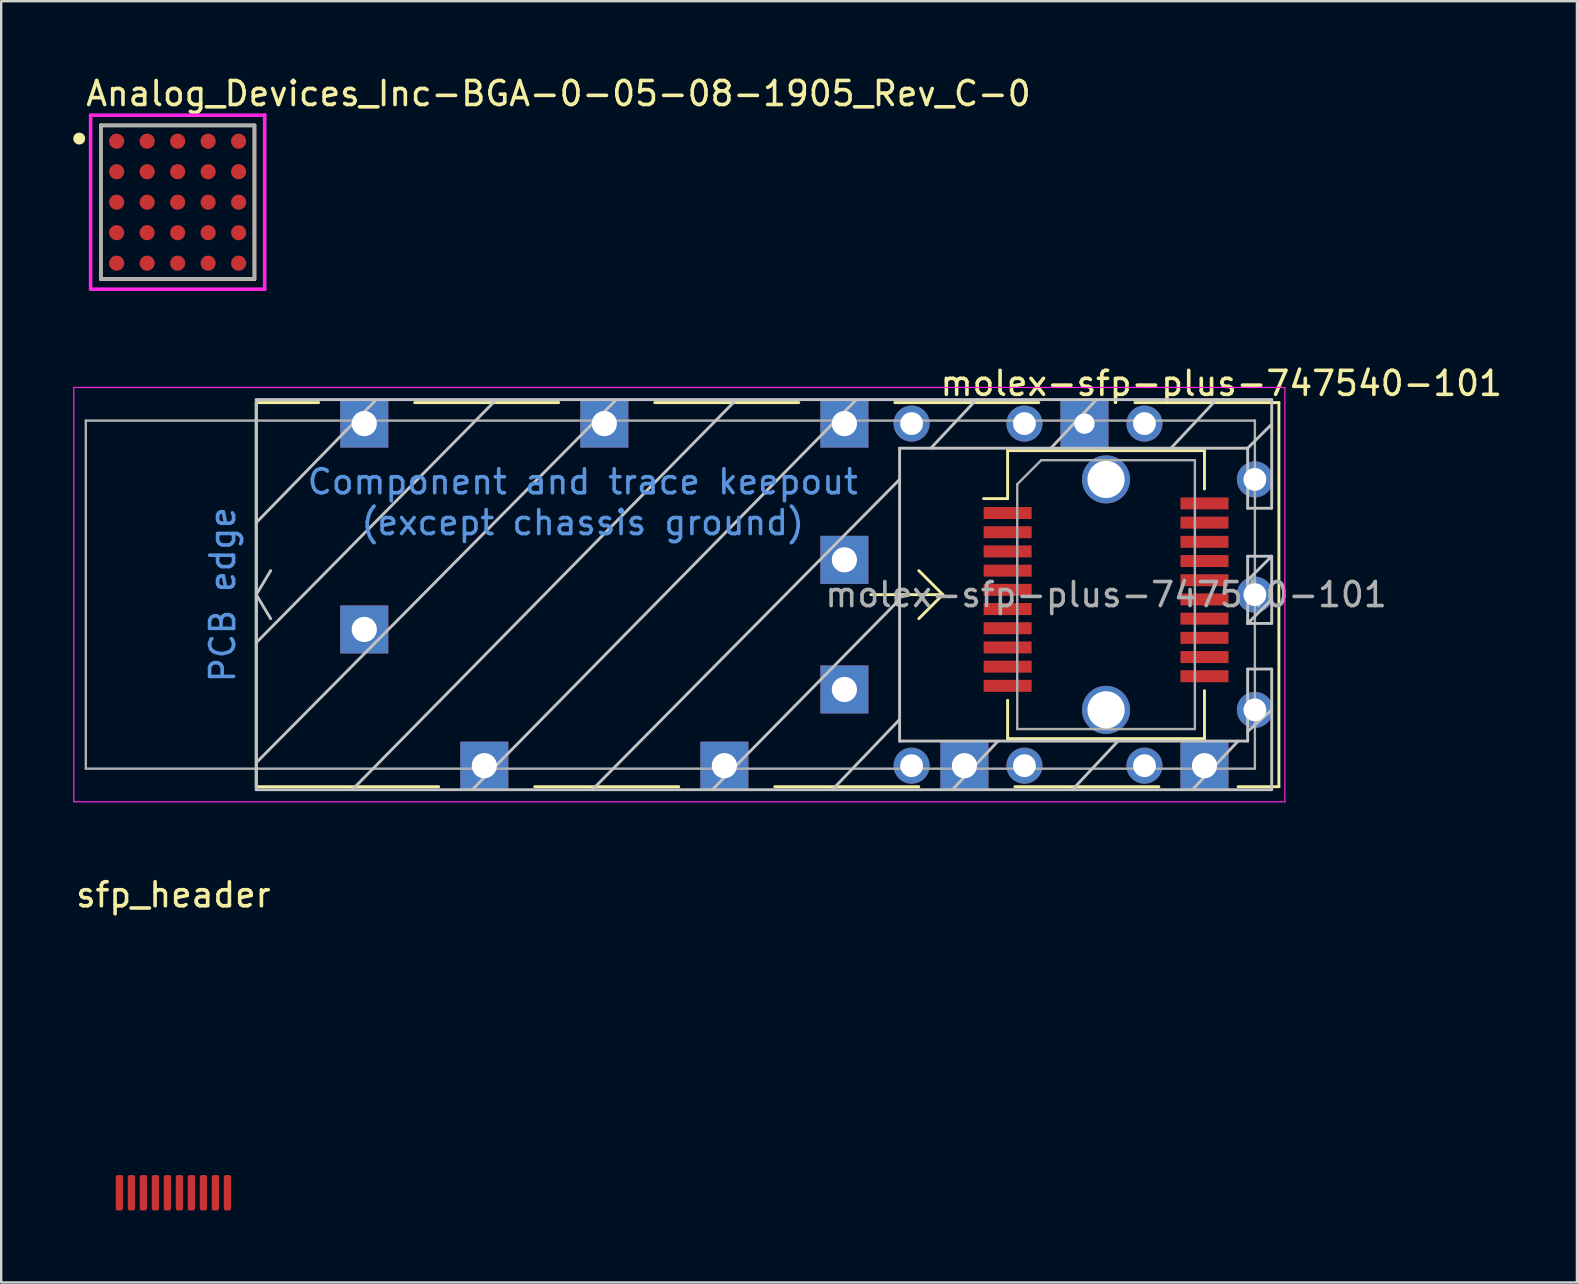
<source format=kicad_pcb>
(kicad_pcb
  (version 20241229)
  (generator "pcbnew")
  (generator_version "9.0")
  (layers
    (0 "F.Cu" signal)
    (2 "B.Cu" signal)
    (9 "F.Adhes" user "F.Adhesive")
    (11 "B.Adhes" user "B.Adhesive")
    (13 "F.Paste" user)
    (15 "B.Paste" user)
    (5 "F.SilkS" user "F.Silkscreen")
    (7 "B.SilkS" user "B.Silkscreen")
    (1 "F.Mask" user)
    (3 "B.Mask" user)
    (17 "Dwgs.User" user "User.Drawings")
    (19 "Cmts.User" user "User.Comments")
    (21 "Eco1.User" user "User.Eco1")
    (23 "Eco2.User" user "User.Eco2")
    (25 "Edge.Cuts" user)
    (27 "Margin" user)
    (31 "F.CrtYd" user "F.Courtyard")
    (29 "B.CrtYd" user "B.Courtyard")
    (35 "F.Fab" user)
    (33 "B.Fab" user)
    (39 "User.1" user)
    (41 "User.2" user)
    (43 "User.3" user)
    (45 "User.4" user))
  (footprint "Analog_Devices_Inc-BGA-0-05-08-1905_Rev_C-0"
    (layer "F.Cu")
    (at 4.35 5.373)
    (property "Reference" "Analog_Devices_Inc-BGA-0-05-08-1905_Rev_C-0" (at -3.9 -4.525 0) (layer "F.SilkS") (effects (font (size 1 1) (thickness 0.15)) (justify left)))
    (attr through_hole)
    (fp_line (start -3.2 -3.2) (end 3.2 -3.2) (stroke (width 0.15) (type solid)) (layer "F.SilkS"))
    (fp_line (start -3.2 3.2) (end -3.2 -3.2) (stroke (width 0.15) (type solid)) (layer "F.SilkS"))
    (fp_line (start 3.2 -3.2) (end 3.2 3.2) (stroke (width 0.15) (type solid)) (layer "F.SilkS"))
    (fp_line (start 3.2 3.2) (end -3.2 3.2) (stroke (width 0.15) (type solid)) (layer "F.SilkS"))
    (fp_circle (center -4.1 -2.65) (end -3.975 -2.65) (stroke (width 0.25) (type solid)) (fill no) (layer "F.SilkS"))
    (fp_line (start -3.625 -3.625) (end -3.625 3.625) (stroke (width 0.15) (type solid)) (layer "F.CrtYd"))
    (fp_line (start -3.625 3.625) (end 3.625 3.625) (stroke (width 0.15) (type solid)) (layer "F.CrtYd"))
    (fp_line (start 3.625 -3.625) (end -3.625 -3.625) (stroke (width 0.15) (type solid)) (layer "F.CrtYd"))
    (fp_line (start 3.625 -3.625) (end 3.625 -3.625) (stroke (width 0.15) (type solid)) (layer "F.CrtYd"))
    (fp_line (start 3.625 3.625) (end 3.625 -3.625) (stroke (width 0.15) (type solid)) (layer "F.CrtYd"))
    (fp_line (start -3.2 -3.2) (end 3.2 -3.2) (stroke (width 0.15) (type solid)) (layer "F.Fab"))
    (fp_line (start -3.2 3.2) (end -3.2 -3.2) (stroke (width 0.15) (type solid)) (layer "F.Fab"))
    (fp_line (start 3.2 -3.2) (end 3.2 3.2) (stroke (width 0.15) (type solid)) (layer "F.Fab"))
    (fp_line (start 3.2 3.2) (end -3.2 3.2) (stroke (width 0.15) (type solid)) (layer "F.Fab"))
    (pad "A1" smd circle (at -2.54 -2.54) (size 0.63 0.63) (layers "F.Cu" "F.Mask" "F.Paste"))
    (pad "A2" smd circle (at -1.27 -2.54) (size 0.63 0.63) (layers "F.Cu" "F.Mask" "F.Paste"))
    (pad "A3" smd circle (at 0 -2.54) (size 0.63 0.63) (layers "F.Cu" "F.Mask" "F.Paste"))
    (pad "A4" smd circle (at 1.27 -2.54) (size 0.63 0.63) (layers "F.Cu" "F.Mask" "F.Paste"))
    (pad "A5" smd circle (at 2.54 -2.54) (size 0.63 0.63) (layers "F.Cu" "F.Mask" "F.Paste"))
    (pad "B1" smd circle (at -2.54 -1.27) (size 0.63 0.63) (layers "F.Cu" "F.Mask" "F.Paste"))
    (pad "B2" smd circle (at -1.27 -1.27) (size 0.63 0.63) (layers "F.Cu" "F.Mask" "F.Paste"))
    (pad "B3" smd circle (at 0 -1.27) (size 0.63 0.63) (layers "F.Cu" "F.Mask" "F.Paste"))
    (pad "B4" smd circle (at 1.27 -1.27) (size 0.63 0.63) (layers "F.Cu" "F.Mask" "F.Paste"))
    (pad "B5" smd circle (at 2.54 -1.27) (size 0.63 0.63) (layers "F.Cu" "F.Mask" "F.Paste"))
    (pad "C1" smd circle (at -2.54 0) (size 0.63 0.63) (layers "F.Cu" "F.Mask" "F.Paste"))
    (pad "C2" smd circle (at -1.27 0) (size 0.63 0.63) (layers "F.Cu" "F.Mask" "F.Paste"))
    (pad "C3" smd circle (at 0 0) (size 0.63 0.63) (layers "F.Cu" "F.Mask" "F.Paste"))
    (pad "C4" smd circle (at 1.27 0) (size 0.63 0.63) (layers "F.Cu" "F.Mask" "F.Paste"))
    (pad "C5" smd circle (at 2.54 0) (size 0.63 0.63) (layers "F.Cu" "F.Mask" "F.Paste"))
    (pad "D1" smd circle (at -2.54 1.27) (size 0.63 0.63) (layers "F.Cu" "F.Mask" "F.Paste"))
    (pad "D2" smd circle (at -1.27 1.27) (size 0.63 0.63) (layers "F.Cu" "F.Mask" "F.Paste"))
    (pad "D3" smd circle (at 0 1.27) (size 0.63 0.63) (layers "F.Cu" "F.Mask" "F.Paste"))
    (pad "D4" smd circle (at 1.27 1.27) (size 0.63 0.63) (layers "F.Cu" "F.Mask" "F.Paste"))
    (pad "D5" smd circle (at 2.54 1.27) (size 0.63 0.63) (layers "F.Cu" "F.Mask" "F.Paste"))
    (pad "E1" smd circle (at -2.54 2.54) (size 0.63 0.63) (layers "F.Cu" "F.Mask" "F.Paste"))
    (pad "E2" smd circle (at -1.27 2.54) (size 0.63 0.63) (layers "F.Cu" "F.Mask" "F.Paste"))
    (pad "E3" smd circle (at 0 2.54) (size 0.63 0.63) (layers "F.Cu" "F.Mask" "F.Paste"))
    (pad "E4" smd circle (at 1.27 2.54) (size 0.63 0.63) (layers "F.Cu" "F.Mask" "F.Paste"))
    (pad "E5" smd circle (at 2.54 2.54) (size 0.63 0.63) (layers "F.Cu" "F.Mask" "F.Paste")))
  (footprint "sfp_header"
    (layer "F.Cu")
    (at 4.173 46.575)
    (property "Reference" "sfp_header" (at 0 -12.35 0) (layer "F.SilkS") (effects (font (size 1 1) (thickness 0.15))))
    (attr smd)
    (pad "1" smd roundrect (at -2.25 0.062 90) (size 1.475 0.3) (layers "F.Cu" "F.Mask") (roundrect_rratio 0.25))
    (pad "2" smd roundrect (at -1.75 0.062 90) (size 1.475 0.3) (layers "F.Cu" "F.Mask") (roundrect_rratio 0.25))
    (pad "3" smd roundrect (at -1.25 0.062 90) (size 1.475 0.3) (layers "F.Cu" "F.Mask") (roundrect_rratio 0.25))
    (pad "4" smd roundrect (at -0.75 0.062 90) (size 1.475 0.3) (layers "F.Cu" "F.Mask") (roundrect_rratio 0.25))
    (pad "5" smd roundrect (at -0.25 0.062 90) (size 1.475 0.3) (layers "F.Cu" "F.Mask") (roundrect_rratio 0.25))
    (pad "6" smd roundrect (at 0.25 0.062 90) (size 1.475 0.3) (layers "F.Cu" "F.Mask") (roundrect_rratio 0.25))
    (pad "7" smd roundrect (at 0.75 0.062 90) (size 1.475 0.3) (layers "F.Cu" "F.Mask") (roundrect_rratio 0.25))
    (pad "8" smd roundrect (at 1.25 0.062 90) (size 1.475 0.3) (layers "F.Cu" "F.Mask") (roundrect_rratio 0.25))
    (pad "9" smd roundrect (at 1.75 0.062 90) (size 1.475 0.3) (layers "F.Cu" "F.Mask") (roundrect_rratio 0.25))
    (pad "10" smd roundrect (at 2.25 0.062 90) (size 1.475 0.3) (layers "F.Cu" "F.Mask") (roundrect_rratio 0.25)))
  (footprint "molex-sfp-plus-747540-101"
    (layer "F.Cu")
    (at 49.225 21.721)
    (property "Reference" "molex-sfp-plus-747540-101" (at -1.4 -8.8 0) (layer "F.SilkS") (effects (font (size 1 1) (thickness 0.15))))
    (attr smd)
    (fp_line (start -41.6 8) (end -41.6 -8) (stroke (width 0.12) (type solid)) (layer "F.SilkS"))
    (fp_line (start -39 -8) (end -41.6 -8) (stroke (width 0.12) (type solid)) (layer "F.SilkS"))
    (fp_line (start -34 8) (end -41.6 8) (stroke (width 0.12) (type solid)) (layer "F.SilkS"))
    (fp_line (start -30 8) (end -24 8) (stroke (width 0.12) (type solid)) (layer "F.SilkS"))
    (fp_line (start -29 -8) (end -35 -8) (stroke (width 0.12) (type solid)) (layer "F.SilkS"))
    (fp_line (start -20 8) (end -14 8) (stroke (width 0.12) (type solid)) (layer "F.SilkS"))
    (fp_line (start -19 -8) (end -25 -8) (stroke (width 0.12) (type solid)) (layer "F.SilkS"))
    (fp_line (start -13 0) (end -16 0) (stroke (width 0.12) (type solid)) (layer "F.SilkS"))
    (fp_line (start -13 0) (end -14 -1) (stroke (width 0.12) (type solid)) (layer "F.SilkS"))
    (fp_line (start -13 0) (end -14 1) (stroke (width 0.12) (type solid)) (layer "F.SilkS"))
    (fp_line (start -10.3 -6) (end -10.3 -4) (stroke (width 0.12) (type solid)) (layer "F.SilkS"))
    (fp_line (start -10.3 -4) (end -11.3 -4) (stroke (width 0.12) (type solid)) (layer "F.SilkS"))
    (fp_line (start -10.3 4.4) (end -10.3 6) (stroke (width 0.12) (type solid)) (layer "F.SilkS"))
    (fp_line (start -10 8) (end -4 8) (stroke (width 0.12) (type solid)) (layer "F.SilkS"))
    (fp_line (start -9 -8) (end -15 -8) (stroke (width 0.12) (type solid)) (layer "F.SilkS"))
    (fp_line (start -2.1 -6) (end -10.3 -6) (stroke (width 0.12) (type solid)) (layer "F.SilkS"))
    (fp_line (start -2.1 -4.4) (end -2.1 -6) (stroke (width 0.12) (type solid)) (layer "F.SilkS"))
    (fp_line (start -2.1 4) (end -2.1 6) (stroke (width 0.12) (type solid)) (layer "F.SilkS"))
    (fp_line (start -2.1 6) (end -10.3 6) (stroke (width 0.12) (type solid)) (layer "F.SilkS"))
    (fp_line (start -0.7 8) (end 1 8) (stroke (width 0.12) (type solid)) (layer "F.SilkS"))
    (fp_line (start 1 -8) (end -5 -8) (stroke (width 0.12) (type solid)) (layer "F.SilkS"))
    (fp_line (start 1 8) (end 1 -8) (stroke (width 0.12) (type solid)) (layer "F.SilkS"))
    (fp_line (start -41.6 -8.125) (end 0.7 -8.125) (stroke (width 0.12) (type solid)) (layer "Dwgs.User"))
    (fp_line (start -41.6 0) (end -41 -1) (stroke (width 0.12) (type solid)) (layer "Dwgs.User"))
    (fp_line (start -41.6 8.125) (end -41.6 -8.125) (stroke (width 0.12) (type solid)) (layer "Dwgs.User"))
    (fp_line (start -41 1) (end -41.6 0) (stroke (width 0.12) (type solid)) (layer "Dwgs.User"))
    (fp_line (start -36.6 -8.125) (end -41.6 -3) (stroke (width 0.12) (type solid)) (layer "Dwgs.User"))
    (fp_line (start -31.6 -8.125) (end -41.6 2) (stroke (width 0.12) (type solid)) (layer "Dwgs.User"))
    (fp_line (start -27.6 8.125) (end -14.8 -4.8) (stroke (width 0.12) (type solid)) (layer "Dwgs.User"))
    (fp_line (start -26.6 -8.125) (end -41.6 7) (stroke (width 0.12) (type solid)) (layer "Dwgs.User"))
    (fp_line (start -22.6 8.125) (end -14.8 0.2) (stroke (width 0.12) (type solid)) (layer "Dwgs.User"))
    (fp_line (start -21.6 -8.125) (end -37.6 8.125) (stroke (width 0.12) (type solid)) (layer "Dwgs.User"))
    (fp_line (start -17.6 8.125) (end -14.8 5.2) (stroke (width 0.12) (type solid)) (layer "Dwgs.User"))
    (fp_line (start -16.6 -8.125) (end -32.6 8.125) (stroke (width 0.12) (type solid)) (layer "Dwgs.User"))
    (fp_line (start -14.8 -6.1) (end -14.8 6.1) (stroke (width 0.12) (type solid)) (layer "Dwgs.User"))
    (fp_line (start -14.8 6.1) (end -0.3 6.1) (stroke (width 0.12) (type solid)) (layer "Dwgs.User"))
    (fp_line (start -13.5 -6.1) (end -11.6 -8.125) (stroke (width 0.12) (type solid)) (layer "Dwgs.User"))
    (fp_line (start -12.6 8.125) (end -10.7 6.1) (stroke (width 0.12) (type solid)) (layer "Dwgs.User"))
    (fp_line (start -7.6 8.125) (end -5.7 6.1) (stroke (width 0.12) (type solid)) (layer "Dwgs.User"))
    (fp_line (start -6.6 -8.125) (end -8.5 -6.1) (stroke (width 0.12) (type solid)) (layer "Dwgs.User"))
    (fp_line (start -2.6 8.125) (end -0.7 6.1) (stroke (width 0.12) (type solid)) (layer "Dwgs.User"))
    (fp_line (start -1.6 -8.125) (end -3.5 -6.1) (stroke (width 0.12) (type solid)) (layer "Dwgs.User"))
    (fp_line (start -0.3 -6.1) (end -14.8 -6.1) (stroke (width 0.12) (type solid)) (layer "Dwgs.User"))
    (fp_line (start -0.3 -6.1) (end 0.7 -7.1) (stroke (width 0.12) (type solid)) (layer "Dwgs.User"))
    (fp_line (start -0.3 -3.6) (end -0.3 -6.1) (stroke (width 0.12) (type solid)) (layer "Dwgs.User"))
    (fp_line (start -0.3 -1.6) (end 0.7 -1.6) (stroke (width 0.12) (type solid)) (layer "Dwgs.User"))
    (fp_line (start -0.3 1.2) (end -0.3 -1.6) (stroke (width 0.12) (type solid)) (layer "Dwgs.User"))
    (fp_line (start -0.3 1.2) (end 0.7 0.2) (stroke (width 0.12) (type solid)) (layer "Dwgs.User"))
    (fp_line (start -0.3 3.1) (end 0.7 3.1) (stroke (width 0.12) (type solid)) (layer "Dwgs.User"))
    (fp_line (start -0.3 5.7) (end 0.7 4.8) (stroke (width 0.12) (type solid)) (layer "Dwgs.User"))
    (fp_line (start -0.3 6.1) (end -0.3 3.1) (stroke (width 0.12) (type solid)) (layer "Dwgs.User"))
    (fp_line (start 0.7 -8.125) (end 0.7 -3.6) (stroke (width 0.12) (type solid)) (layer "Dwgs.User"))
    (fp_line (start 0.7 -3.6) (end -0.3 -3.6) (stroke (width 0.12) (type solid)) (layer "Dwgs.User"))
    (fp_line (start 0.7 -1.6) (end -0.3 -0.6) (stroke (width 0.12) (type solid)) (layer "Dwgs.User"))
    (fp_line (start 0.7 -1.6) (end 0.7 1.2) (stroke (width 0.12) (type solid)) (layer "Dwgs.User"))
    (fp_line (start 0.7 1.2) (end -0.3 1.2) (stroke (width 0.12) (type solid)) (layer "Dwgs.User"))
    (fp_line (start 0.7 3.1) (end 0.7 8.125) (stroke (width 0.12) (type solid)) (layer "Dwgs.User"))
    (fp_line (start 0.7 8.125) (end -41.6 8.125) (stroke (width 0.12) (type solid)) (layer "Dwgs.User"))
    (fp_line (start -49.2 -8.63) (end -49.2 8.63) (stroke (width 0.05) (type solid)) (layer "F.CrtYd"))
    (fp_line (start -49.2 -8.63) (end 1.25 -8.63) (stroke (width 0.05) (type solid)) (layer "F.CrtYd"))
    (fp_line (start 1.25 8.63) (end -49.2 8.63) (stroke (width 0.05) (type solid)) (layer "F.CrtYd"))
    (fp_line (start 1.25 8.63) (end 1.25 -8.63) (stroke (width 0.05) (type solid)) (layer "F.CrtYd"))
    (fp_line (start -48.7 -7.25) (end -48.7 7.25) (stroke (width 0.1) (type solid)) (layer "F.Fab"))
    (fp_line (start -9.9 -4.6) (end -9.9 5.6) (stroke (width 0.1) (type solid)) (layer "F.Fab"))
    (fp_line (start -9.9 -4.6) (end -8.9 -5.6) (stroke (width 0.1) (type solid)) (layer "F.Fab"))
    (fp_line (start -2.5 -5.6) (end -8.9 -5.6) (stroke (width 0.1) (type solid)) (layer "F.Fab"))
    (fp_line (start -2.5 -5.6) (end -2.5 5.6) (stroke (width 0.1) (type solid)) (layer "F.Fab"))
    (fp_line (start -2.5 5.6) (end -9.9 5.6) (stroke (width 0.1) (type solid)) (layer "F.Fab"))
    (fp_line (start 0 -7.25) (end -48.7 -7.25) (stroke (width 0.1) (type solid)) (layer "F.Fab"))
    (fp_line (start 0 -7.25) (end 0 7.25) (stroke (width 0.1) (type solid)) (layer "F.Fab"))
    (fp_line (start 0 7.25) (end -48.7 7.25) (stroke (width 0.1) (type solid)) (layer "F.Fab"))
    (fp_text user "(except chassis ground)" (at -28 -3 0) (layer "Cmts.User") (effects (font (size 1 1) (thickness 0.15))))
    (fp_text user "Component and trace keepout" (at -28 -4.7 0) (layer "Cmts.User") (effects (font (size 1 1) (thickness 0.15))))
    (fp_text user "PCB edge" (at -43 0 90) (layer "Cmts.User") (effects (font (size 1 1) (thickness 0.15))))
    (fp_text user "${REFERENCE}" (at -6.2 0 0) (layer "F.Fab") (effects (font (size 1 1) (thickness 0.15))))
    (pad "" np_thru_hole circle (at -6.2 -4.8) (size 2 2) (drill 1.55) (layers "*.Cu" "*.Mask"))
    (pad "" np_thru_hole circle (at -6.2 4.8) (size 2 2) (drill 1.55) (layers "*.Cu" "*.Mask"))
    (pad "1" smd rect (at -10.3 -3.4) (size 2 0.5) (layers "F.Cu" "F.Mask" "F.Paste"))
    (pad "2" smd rect (at -10.3 -2.6) (size 2 0.5) (layers "F.Cu" "F.Mask" "F.Paste"))
    (pad "3" smd rect (at -10.3 -1.8) (size 2 0.5) (layers "F.Cu" "F.Mask" "F.Paste"))
    (pad "4" smd rect (at -10.3 -1) (size 2 0.5) (layers "F.Cu" "F.Mask" "F.Paste"))
    (pad "5" smd rect (at -10.3 -0.2) (size 2 0.5) (layers "F.Cu" "F.Mask" "F.Paste"))
    (pad "6" smd rect (at -10.3 0.6) (size 2 0.5) (layers "F.Cu" "F.Mask" "F.Paste"))
    (pad "7" smd rect (at -10.3 1.4) (size 2 0.5) (layers "F.Cu" "F.Mask" "F.Paste"))
    (pad "8" smd rect (at -10.3 2.2) (size 2 0.5) (layers "F.Cu" "F.Mask" "F.Paste"))
    (pad "9" smd rect (at -10.3 3) (size 2 0.5) (layers "F.Cu" "F.Mask" "F.Paste"))
    (pad "10" smd rect (at -10.3 3.8) (size 2 0.5) (layers "F.Cu" "F.Mask" "F.Paste"))
    (pad "11" smd rect (at -2.1 3.4) (size 2 0.5) (layers "F.Cu" "F.Mask" "F.Paste"))
    (pad "12" smd rect (at -2.1 2.6) (size 2 0.5) (layers "F.Cu" "F.Mask" "F.Paste"))
    (pad "13" smd rect (at -2.1 1.8) (size 2 0.5) (layers "F.Cu" "F.Mask" "F.Paste"))
    (pad "14" smd rect (at -2.1 1) (size 2 0.5) (layers "F.Cu" "F.Mask" "F.Paste"))
    (pad "15" smd rect (at -2.1 0.2) (size 2 0.5) (layers "F.Cu" "F.Mask" "F.Paste"))
    (pad "16" smd rect (at -2.1 -0.6) (size 2 0.5) (layers "F.Cu" "F.Mask" "F.Paste"))
    (pad "17" smd rect (at -2.1 -1.4) (size 2 0.5) (layers "F.Cu" "F.Mask" "F.Paste"))
    (pad "18" smd rect (at -2.1 -2.2) (size 2 0.5) (layers "F.Cu" "F.Mask" "F.Paste"))
    (pad "19" smd rect (at -2.1 -3) (size 2 0.5) (layers "F.Cu" "F.Mask" "F.Paste"))
    (pad "20" smd rect (at -2.1 -3.8) (size 2 0.5) (layers "F.Cu" "F.Mask" "F.Paste"))
    (pad "CAGE" thru_hole rect (at -37.1 -7.125) (size 2 2) (drill 1.05) (layers "*.Cu" "*.Mask"))
    (pad "CAGE" thru_hole rect (at -37.1 1.45) (size 2 2) (drill 1.05) (layers "*.Cu" "*.Mask"))
    (pad "CAGE" thru_hole rect (at -32.1 7.125) (size 2 2) (drill 1.05) (layers "*.Cu" "*.Mask"))
    (pad "CAGE" thru_hole rect (at -27.1 -7.125) (size 2 2) (drill 1.05) (layers "*.Cu" "*.Mask"))
    (pad "CAGE" thru_hole rect (at -22.1 7.125) (size 2 2) (drill 1.05) (layers "*.Cu" "*.Mask"))
    (pad "CAGE" thru_hole rect (at -17.1 -7.125) (size 2 2) (drill 1.05) (layers "*.Cu" "*.Mask"))
    (pad "CAGE" thru_hole rect (at -17.1 -1.45) (size 2 2) (drill 1.05) (layers "*.Cu" "*.Mask"))
    (pad "CAGE" thru_hole rect (at -17.1 3.95) (size 2 2) (drill 1.05) (layers "*.Cu" "*.Mask"))
    (pad "CAGE" thru_hole circle (at -14.3 -7.125) (size 1.5 1.5) (drill 0.95) (layers "*.Cu" "*.Mask"))
    (pad "CAGE" thru_hole circle (at -14.3 7.125) (size 1.5 1.5) (drill 0.95) (layers "*.Cu" "*.Mask"))
    (pad "CAGE" thru_hole rect (at -12.1 7.125) (size 2 2) (drill 1.05) (layers "*.Cu" "*.Mask"))
    (pad "CAGE" thru_hole circle (at -9.6 -7.125) (size 1.5 1.5) (drill 0.95) (layers "*.Cu" "*.Mask"))
    (pad "CAGE" thru_hole circle (at -9.6 7.125) (size 1.5 1.5) (drill 0.95) (layers "*.Cu" "*.Mask"))
    (pad "CAGE" thru_hole rect (at -7.1 -7.125) (size 2 2) (drill 0.85) (layers "*.Cu" "*.Mask"))
    (pad "CAGE" thru_hole circle (at -4.6 -7.125) (size 1.5 1.5) (drill 0.95) (layers "*.Cu" "*.Mask"))
    (pad "CAGE" thru_hole circle (at -4.6 7.125) (size 1.5 1.5) (drill 0.95) (layers "*.Cu" "*.Mask"))
    (pad "CAGE" thru_hole rect (at -2.1 7.125) (size 2 2) (drill 1.05) (layers "*.Cu" "*.Mask"))
    (pad "CAGE" thru_hole circle (at 0 -4.8) (size 1.5 1.5) (drill 0.95) (layers "*.Cu" "*.Mask"))
    (pad "CAGE" thru_hole circle (at 0 0) (size 1.5 1.5) (drill 0.95) (layers "*.Cu" "*.Mask"))
    (pad "CAGE" thru_hole circle (at 0 4.8) (size 1.5 1.5) (drill 0.95) (layers "*.Cu" "*.Mask")))
  (gr_rect
    (start -3 -3)
    (end 62.64 50.375)
    (stroke (width 0.1) (type default))
    (fill no)
    (layer "Edge.Cuts")))
</source>
